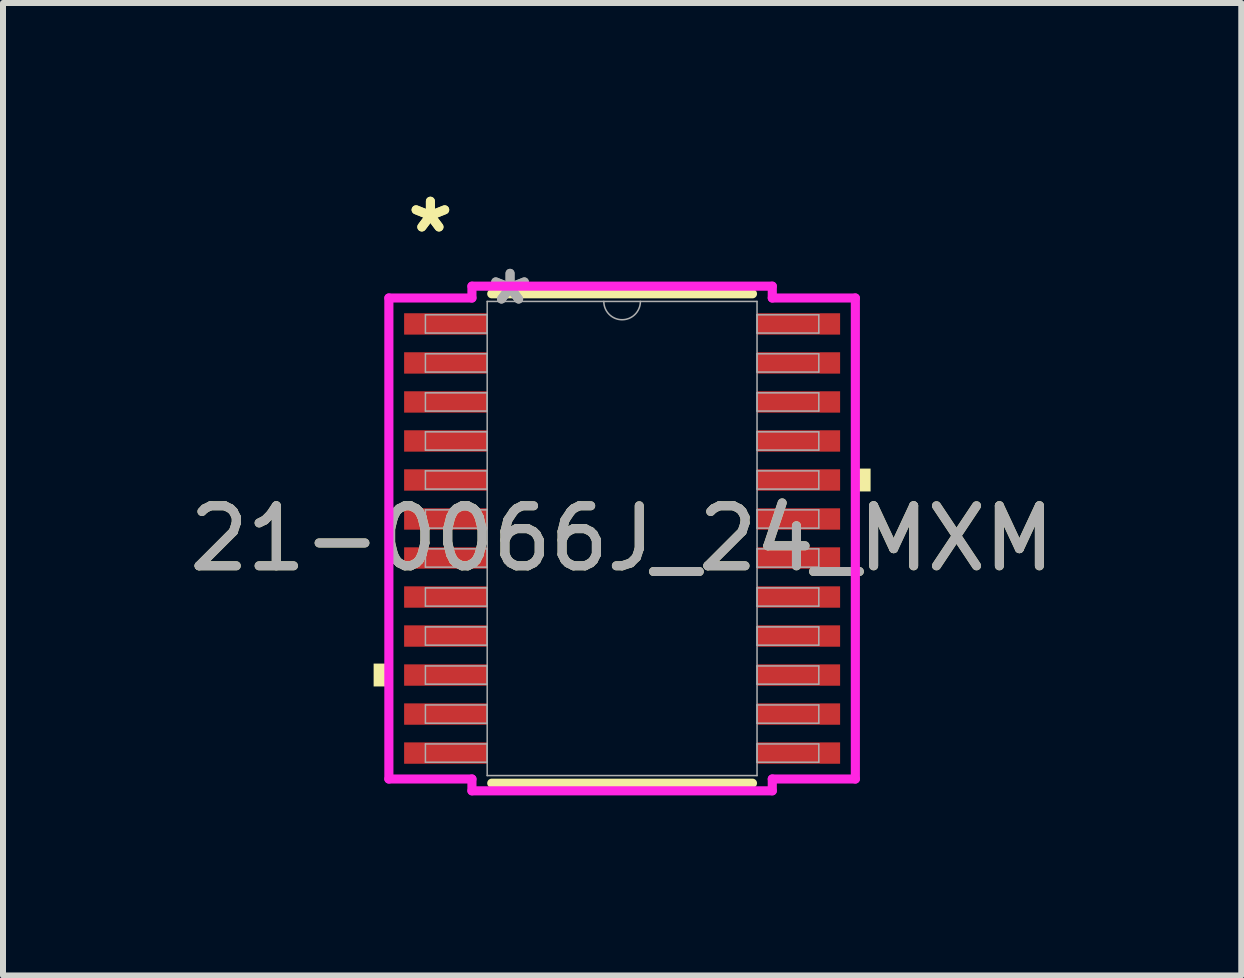
<source format=kicad_pcb>
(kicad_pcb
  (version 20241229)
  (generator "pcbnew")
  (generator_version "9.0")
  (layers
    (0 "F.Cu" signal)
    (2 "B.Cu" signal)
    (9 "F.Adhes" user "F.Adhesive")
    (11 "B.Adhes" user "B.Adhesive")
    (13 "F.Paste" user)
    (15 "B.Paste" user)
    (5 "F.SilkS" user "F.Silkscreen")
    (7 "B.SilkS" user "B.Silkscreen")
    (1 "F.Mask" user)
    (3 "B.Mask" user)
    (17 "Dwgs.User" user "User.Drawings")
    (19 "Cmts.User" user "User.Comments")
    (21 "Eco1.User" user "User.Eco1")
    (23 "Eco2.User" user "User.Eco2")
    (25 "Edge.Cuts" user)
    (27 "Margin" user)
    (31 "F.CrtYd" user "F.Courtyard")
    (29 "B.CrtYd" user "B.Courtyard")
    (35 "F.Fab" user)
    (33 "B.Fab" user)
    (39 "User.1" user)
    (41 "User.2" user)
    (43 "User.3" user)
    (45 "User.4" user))
  (footprint "21-0066J_24_MXM"
    (layer "F.Cu")
    (at 7.315 5.922)
    (property "Reference" "21-0066J_24_MXM" (at 0 0 0) (unlocked yes) (layer "F.SilkS") (effects (font (size 1 1) (thickness 0.15))))
    (attr smd)
    (fp_line (start -2.172 4.077) (end 2.172 4.077) (stroke (width 0.152) (type solid)) (layer "F.SilkS"))
    (fp_line (start 2.172 -4.077) (end -2.172 -4.077) (stroke (width 0.152) (type solid)) (layer "F.SilkS"))
    (fp_poly (pts (xy -4.14 2.084) (xy -4.14 2.465) (xy -3.886 2.465) (xy -3.886 2.084)) (stroke (width 0) (type solid)) (fill yes) (layer "F.SilkS"))
    (fp_poly (pts (xy 4.14 -1.165) (xy 4.14 -0.784) (xy 3.886 -0.784) (xy 3.886 -1.165)) (stroke (width 0) (type solid)) (fill yes) (layer "F.SilkS"))
    (fp_line (start -3.886 -4.007) (end -2.502 -4.007) (stroke (width 0.152) (type solid)) (layer "F.CrtYd"))
    (fp_line (start -3.886 4.007) (end -3.886 -4.007) (stroke (width 0.152) (type solid)) (layer "F.CrtYd"))
    (fp_line (start -3.886 4.007) (end -2.502 4.007) (stroke (width 0.152) (type solid)) (layer "F.CrtYd"))
    (fp_line (start -2.502 -4.204) (end 2.502 -4.204) (stroke (width 0.152) (type solid)) (layer "F.CrtYd"))
    (fp_line (start -2.502 -4.007) (end -2.502 -4.204) (stroke (width 0.152) (type solid)) (layer "F.CrtYd"))
    (fp_line (start -2.502 4.204) (end -2.502 4.007) (stroke (width 0.152) (type solid)) (layer "F.CrtYd"))
    (fp_line (start 2.502 -4.204) (end 2.502 -4.007) (stroke (width 0.152) (type solid)) (layer "F.CrtYd"))
    (fp_line (start 2.502 4.007) (end 2.502 4.204) (stroke (width 0.152) (type solid)) (layer "F.CrtYd"))
    (fp_line (start 2.502 4.204) (end -2.502 4.204) (stroke (width 0.152) (type solid)) (layer "F.CrtYd"))
    (fp_line (start 3.886 -4.007) (end 2.502 -4.007) (stroke (width 0.152) (type solid)) (layer "F.CrtYd"))
    (fp_line (start 3.886 -4.007) (end 3.886 4.007) (stroke (width 0.152) (type solid)) (layer "F.CrtYd"))
    (fp_line (start 3.886 4.007) (end 2.502 4.007) (stroke (width 0.152) (type solid)) (layer "F.CrtYd"))
    (fp_line (start -3.277 -3.727) (end -3.277 -3.423) (stroke (width 0.025) (type solid)) (layer "F.Fab"))
    (fp_line (start -3.277 -3.423) (end -2.248 -3.423) (stroke (width 0.025) (type solid)) (layer "F.Fab"))
    (fp_line (start -3.277 -3.077) (end -3.277 -2.773) (stroke (width 0.025) (type solid)) (layer "F.Fab"))
    (fp_line (start -3.277 -2.773) (end -2.248 -2.773) (stroke (width 0.025) (type solid)) (layer "F.Fab"))
    (fp_line (start -3.277 -2.427) (end -3.277 -2.123) (stroke (width 0.025) (type solid)) (layer "F.Fab"))
    (fp_line (start -3.277 -2.123) (end -2.248 -2.123) (stroke (width 0.025) (type solid)) (layer "F.Fab"))
    (fp_line (start -3.277 -1.777) (end -3.277 -1.473) (stroke (width 0.025) (type solid)) (layer "F.Fab"))
    (fp_line (start -3.277 -1.473) (end -2.248 -1.473) (stroke (width 0.025) (type solid)) (layer "F.Fab"))
    (fp_line (start -3.277 -1.127) (end -3.277 -0.823) (stroke (width 0.025) (type solid)) (layer "F.Fab"))
    (fp_line (start -3.277 -0.823) (end -2.248 -0.823) (stroke (width 0.025) (type solid)) (layer "F.Fab"))
    (fp_line (start -3.277 -0.477) (end -3.277 -0.173) (stroke (width 0.025) (type solid)) (layer "F.Fab"))
    (fp_line (start -3.277 -0.173) (end -2.248 -0.173) (stroke (width 0.025) (type solid)) (layer "F.Fab"))
    (fp_line (start -3.277 0.173) (end -3.277 0.477) (stroke (width 0.025) (type solid)) (layer "F.Fab"))
    (fp_line (start -3.277 0.477) (end -2.248 0.477) (stroke (width 0.025) (type solid)) (layer "F.Fab"))
    (fp_line (start -3.277 0.823) (end -3.277 1.127) (stroke (width 0.025) (type solid)) (layer "F.Fab"))
    (fp_line (start -3.277 1.127) (end -2.248 1.127) (stroke (width 0.025) (type solid)) (layer "F.Fab"))
    (fp_line (start -3.277 1.473) (end -3.277 1.777) (stroke (width 0.025) (type solid)) (layer "F.Fab"))
    (fp_line (start -3.277 1.777) (end -2.248 1.777) (stroke (width 0.025) (type solid)) (layer "F.Fab"))
    (fp_line (start -3.277 2.123) (end -3.277 2.427) (stroke (width 0.025) (type solid)) (layer "F.Fab"))
    (fp_line (start -3.277 2.427) (end -2.248 2.427) (stroke (width 0.025) (type solid)) (layer "F.Fab"))
    (fp_line (start -3.277 2.773) (end -3.277 3.077) (stroke (width 0.025) (type solid)) (layer "F.Fab"))
    (fp_line (start -3.277 3.077) (end -2.248 3.077) (stroke (width 0.025) (type solid)) (layer "F.Fab"))
    (fp_line (start -3.277 3.423) (end -3.277 3.727) (stroke (width 0.025) (type solid)) (layer "F.Fab"))
    (fp_line (start -3.277 3.727) (end -2.248 3.727) (stroke (width 0.025) (type solid)) (layer "F.Fab"))
    (fp_line (start -2.248 -3.95) (end -2.248 3.95) (stroke (width 0.025) (type solid)) (layer "F.Fab"))
    (fp_line (start -2.248 -3.727) (end -3.277 -3.727) (stroke (width 0.025) (type solid)) (layer "F.Fab"))
    (fp_line (start -2.248 -3.423) (end -2.248 -3.727) (stroke (width 0.025) (type solid)) (layer "F.Fab"))
    (fp_line (start -2.248 -3.077) (end -3.277 -3.077) (stroke (width 0.025) (type solid)) (layer "F.Fab"))
    (fp_line (start -2.248 -2.773) (end -2.248 -3.077) (stroke (width 0.025) (type solid)) (layer "F.Fab"))
    (fp_line (start -2.248 -2.427) (end -3.277 -2.427) (stroke (width 0.025) (type solid)) (layer "F.Fab"))
    (fp_line (start -2.248 -2.123) (end -2.248 -2.427) (stroke (width 0.025) (type solid)) (layer "F.Fab"))
    (fp_line (start -2.248 -1.777) (end -3.277 -1.777) (stroke (width 0.025) (type solid)) (layer "F.Fab"))
    (fp_line (start -2.248 -1.473) (end -2.248 -1.777) (stroke (width 0.025) (type solid)) (layer "F.Fab"))
    (fp_line (start -2.248 -1.127) (end -3.277 -1.127) (stroke (width 0.025) (type solid)) (layer "F.Fab"))
    (fp_line (start -2.248 -0.823) (end -2.248 -1.127) (stroke (width 0.025) (type solid)) (layer "F.Fab"))
    (fp_line (start -2.248 -0.477) (end -3.277 -0.477) (stroke (width 0.025) (type solid)) (layer "F.Fab"))
    (fp_line (start -2.248 -0.173) (end -2.248 -0.477) (stroke (width 0.025) (type solid)) (layer "F.Fab"))
    (fp_line (start -2.248 0.173) (end -3.277 0.173) (stroke (width 0.025) (type solid)) (layer "F.Fab"))
    (fp_line (start -2.248 0.477) (end -2.248 0.173) (stroke (width 0.025) (type solid)) (layer "F.Fab"))
    (fp_line (start -2.248 0.823) (end -3.277 0.823) (stroke (width 0.025) (type solid)) (layer "F.Fab"))
    (fp_line (start -2.248 1.127) (end -2.248 0.823) (stroke (width 0.025) (type solid)) (layer "F.Fab"))
    (fp_line (start -2.248 1.473) (end -3.277 1.473) (stroke (width 0.025) (type solid)) (layer "F.Fab"))
    (fp_line (start -2.248 1.777) (end -2.248 1.473) (stroke (width 0.025) (type solid)) (layer "F.Fab"))
    (fp_line (start -2.248 2.123) (end -3.277 2.123) (stroke (width 0.025) (type solid)) (layer "F.Fab"))
    (fp_line (start -2.248 2.427) (end -2.248 2.123) (stroke (width 0.025) (type solid)) (layer "F.Fab"))
    (fp_line (start -2.248 2.773) (end -3.277 2.773) (stroke (width 0.025) (type solid)) (layer "F.Fab"))
    (fp_line (start -2.248 3.077) (end -2.248 2.773) (stroke (width 0.025) (type solid)) (layer "F.Fab"))
    (fp_line (start -2.248 3.423) (end -3.277 3.423) (stroke (width 0.025) (type solid)) (layer "F.Fab"))
    (fp_line (start -2.248 3.727) (end -2.248 3.423) (stroke (width 0.025) (type solid)) (layer "F.Fab"))
    (fp_line (start -2.248 3.95) (end 2.248 3.95) (stroke (width 0.025) (type solid)) (layer "F.Fab"))
    (fp_line (start 2.248 -3.95) (end -2.248 -3.95) (stroke (width 0.025) (type solid)) (layer "F.Fab"))
    (fp_line (start 2.248 -3.727) (end 2.248 -3.423) (stroke (width 0.025) (type solid)) (layer "F.Fab"))
    (fp_line (start 2.248 -3.423) (end 3.277 -3.423) (stroke (width 0.025) (type solid)) (layer "F.Fab"))
    (fp_line (start 2.248 -3.077) (end 2.248 -2.773) (stroke (width 0.025) (type solid)) (layer "F.Fab"))
    (fp_line (start 2.248 -2.773) (end 3.277 -2.773) (stroke (width 0.025) (type solid)) (layer "F.Fab"))
    (fp_line (start 2.248 -2.427) (end 2.248 -2.123) (stroke (width 0.025) (type solid)) (layer "F.Fab"))
    (fp_line (start 2.248 -2.123) (end 3.277 -2.123) (stroke (width 0.025) (type solid)) (layer "F.Fab"))
    (fp_line (start 2.248 -1.777) (end 2.248 -1.473) (stroke (width 0.025) (type solid)) (layer "F.Fab"))
    (fp_line (start 2.248 -1.473) (end 3.277 -1.473) (stroke (width 0.025) (type solid)) (layer "F.Fab"))
    (fp_line (start 2.248 -1.127) (end 2.248 -0.823) (stroke (width 0.025) (type solid)) (layer "F.Fab"))
    (fp_line (start 2.248 -0.823) (end 3.277 -0.823) (stroke (width 0.025) (type solid)) (layer "F.Fab"))
    (fp_line (start 2.248 -0.477) (end 2.248 -0.173) (stroke (width 0.025) (type solid)) (layer "F.Fab"))
    (fp_line (start 2.248 -0.173) (end 3.277 -0.173) (stroke (width 0.025) (type solid)) (layer "F.Fab"))
    (fp_line (start 2.248 0.173) (end 2.248 0.477) (stroke (width 0.025) (type solid)) (layer "F.Fab"))
    (fp_line (start 2.248 0.477) (end 3.277 0.477) (stroke (width 0.025) (type solid)) (layer "F.Fab"))
    (fp_line (start 2.248 0.823) (end 2.248 1.127) (stroke (width 0.025) (type solid)) (layer "F.Fab"))
    (fp_line (start 2.248 1.127) (end 3.277 1.127) (stroke (width 0.025) (type solid)) (layer "F.Fab"))
    (fp_line (start 2.248 1.473) (end 2.248 1.777) (stroke (width 0.025) (type solid)) (layer "F.Fab"))
    (fp_line (start 2.248 1.777) (end 3.277 1.777) (stroke (width 0.025) (type solid)) (layer "F.Fab"))
    (fp_line (start 2.248 2.123) (end 2.248 2.427) (stroke (width 0.025) (type solid)) (layer "F.Fab"))
    (fp_line (start 2.248 2.427) (end 3.277 2.427) (stroke (width 0.025) (type solid)) (layer "F.Fab"))
    (fp_line (start 2.248 2.773) (end 2.248 3.077) (stroke (width 0.025) (type solid)) (layer "F.Fab"))
    (fp_line (start 2.248 3.077) (end 3.277 3.077) (stroke (width 0.025) (type solid)) (layer "F.Fab"))
    (fp_line (start 2.248 3.423) (end 2.248 3.727) (stroke (width 0.025) (type solid)) (layer "F.Fab"))
    (fp_line (start 2.248 3.727) (end 3.277 3.727) (stroke (width 0.025) (type solid)) (layer "F.Fab"))
    (fp_line (start 2.248 3.95) (end 2.248 -3.95) (stroke (width 0.025) (type solid)) (layer "F.Fab"))
    (fp_line (start 3.277 -3.727) (end 2.248 -3.727) (stroke (width 0.025) (type solid)) (layer "F.Fab"))
    (fp_line (start 3.277 -3.423) (end 3.277 -3.727) (stroke (width 0.025) (type solid)) (layer "F.Fab"))
    (fp_line (start 3.277 -3.077) (end 2.248 -3.077) (stroke (width 0.025) (type solid)) (layer "F.Fab"))
    (fp_line (start 3.277 -2.773) (end 3.277 -3.077) (stroke (width 0.025) (type solid)) (layer "F.Fab"))
    (fp_line (start 3.277 -2.427) (end 2.248 -2.427) (stroke (width 0.025) (type solid)) (layer "F.Fab"))
    (fp_line (start 3.277 -2.123) (end 3.277 -2.427) (stroke (width 0.025) (type solid)) (layer "F.Fab"))
    (fp_line (start 3.277 -1.777) (end 2.248 -1.777) (stroke (width 0.025) (type solid)) (layer "F.Fab"))
    (fp_line (start 3.277 -1.473) (end 3.277 -1.777) (stroke (width 0.025) (type solid)) (layer "F.Fab"))
    (fp_line (start 3.277 -1.127) (end 2.248 -1.127) (stroke (width 0.025) (type solid)) (layer "F.Fab"))
    (fp_line (start 3.277 -0.823) (end 3.277 -1.127) (stroke (width 0.025) (type solid)) (layer "F.Fab"))
    (fp_line (start 3.277 -0.477) (end 2.248 -0.477) (stroke (width 0.025) (type solid)) (layer "F.Fab"))
    (fp_line (start 3.277 -0.173) (end 3.277 -0.477) (stroke (width 0.025) (type solid)) (layer "F.Fab"))
    (fp_line (start 3.277 0.173) (end 2.248 0.173) (stroke (width 0.025) (type solid)) (layer "F.Fab"))
    (fp_line (start 3.277 0.477) (end 3.277 0.173) (stroke (width 0.025) (type solid)) (layer "F.Fab"))
    (fp_line (start 3.277 0.823) (end 2.248 0.823) (stroke (width 0.025) (type solid)) (layer "F.Fab"))
    (fp_line (start 3.277 1.127) (end 3.277 0.823) (stroke (width 0.025) (type solid)) (layer "F.Fab"))
    (fp_line (start 3.277 1.473) (end 2.248 1.473) (stroke (width 0.025) (type solid)) (layer "F.Fab"))
    (fp_line (start 3.277 1.777) (end 3.277 1.473) (stroke (width 0.025) (type solid)) (layer "F.Fab"))
    (fp_line (start 3.277 2.123) (end 2.248 2.123) (stroke (width 0.025) (type solid)) (layer "F.Fab"))
    (fp_line (start 3.277 2.427) (end 3.277 2.123) (stroke (width 0.025) (type solid)) (layer "F.Fab"))
    (fp_line (start 3.277 2.773) (end 2.248 2.773) (stroke (width 0.025) (type solid)) (layer "F.Fab"))
    (fp_line (start 3.277 3.077) (end 3.277 2.773) (stroke (width 0.025) (type solid)) (layer "F.Fab"))
    (fp_line (start 3.277 3.423) (end 2.248 3.423) (stroke (width 0.025) (type solid)) (layer "F.Fab"))
    (fp_line (start 3.277 3.727) (end 3.277 3.423) (stroke (width 0.025) (type solid)) (layer "F.Fab"))
    (fp_arc (start 0.3048 -3.9497) (mid 0 -3.6449) (end -0.3048 -3.9497) (stroke (width 0.0254) (type solid)) (layer "F.Fab"))
    (fp_text user "*" (at -3.194 -5.074 0) (unlocked yes) (layer "F.SilkS") (effects (font (size 1 1) (thickness 0.15))))
    (fp_text user "*" (at -3.194 -5.074 0) (layer "F.SilkS") (effects (font (size 1 1) (thickness 0.15))))
    (fp_text user "*" (at -1.867 -3.873 0) (unlocked yes) (layer "F.Fab") (effects (font (size 1 1) (thickness 0.15))))
    (fp_text user "*" (at -1.867 -3.873 0) (layer "F.Fab") (effects (font (size 1 1) (thickness 0.15))))
    (fp_text user "${REFERENCE}" (at 0 0 0) (unlocked yes) (layer "F.Fab") (effects (font (size 1 1) (thickness 0.15))))
    (pad "1" smd rect (at -2.94 -3.575) (size 1.384 0.356) (layers "F.Cu" "F.Mask" "F.Paste"))
    (pad "2" smd rect (at -2.94 -2.925) (size 1.384 0.356) (layers "F.Cu" "F.Mask" "F.Paste"))
    (pad "3" smd rect (at -2.94 -2.275) (size 1.384 0.356) (layers "F.Cu" "F.Mask" "F.Paste"))
    (pad "4" smd rect (at -2.94 -1.625) (size 1.384 0.356) (layers "F.Cu" "F.Mask" "F.Paste"))
    (pad "5" smd rect (at -2.94 -0.975) (size 1.384 0.356) (layers "F.Cu" "F.Mask" "F.Paste"))
    (pad "6" smd rect (at -2.94 -0.325) (size 1.384 0.356) (layers "F.Cu" "F.Mask" "F.Paste"))
    (pad "7" smd rect (at -2.94 0.325) (size 1.384 0.356) (layers "F.Cu" "F.Mask" "F.Paste"))
    (pad "8" smd rect (at -2.94 0.975) (size 1.384 0.356) (layers "F.Cu" "F.Mask" "F.Paste"))
    (pad "9" smd rect (at -2.94 1.625) (size 1.384 0.356) (layers "F.Cu" "F.Mask" "F.Paste"))
    (pad "10" smd rect (at -2.94 2.275) (size 1.384 0.356) (layers "F.Cu" "F.Mask" "F.Paste"))
    (pad "11" smd rect (at -2.94 2.925) (size 1.384 0.356) (layers "F.Cu" "F.Mask" "F.Paste"))
    (pad "12" smd rect (at -2.94 3.575) (size 1.384 0.356) (layers "F.Cu" "F.Mask" "F.Paste"))
    (pad "13" smd rect (at 2.94 3.575) (size 1.384 0.356) (layers "F.Cu" "F.Mask" "F.Paste"))
    (pad "14" smd rect (at 2.94 2.925) (size 1.384 0.356) (layers "F.Cu" "F.Mask" "F.Paste"))
    (pad "15" smd rect (at 2.94 2.275) (size 1.384 0.356) (layers "F.Cu" "F.Mask" "F.Paste"))
    (pad "16" smd rect (at 2.94 1.625) (size 1.384 0.356) (layers "F.Cu" "F.Mask" "F.Paste"))
    (pad "17" smd rect (at 2.94 0.975) (size 1.384 0.356) (layers "F.Cu" "F.Mask" "F.Paste"))
    (pad "18" smd rect (at 2.94 0.325) (size 1.384 0.356) (layers "F.Cu" "F.Mask" "F.Paste"))
    (pad "19" smd rect (at 2.94 -0.325) (size 1.384 0.356) (layers "F.Cu" "F.Mask" "F.Paste"))
    (pad "20" smd rect (at 2.94 -0.975) (size 1.384 0.356) (layers "F.Cu" "F.Mask" "F.Paste"))
    (pad "21" smd rect (at 2.94 -1.625) (size 1.384 0.356) (layers "F.Cu" "F.Mask" "F.Paste"))
    (pad "22" smd rect (at 2.94 -2.275) (size 1.384 0.356) (layers "F.Cu" "F.Mask" "F.Paste"))
    (pad "23" smd rect (at 2.94 -2.925) (size 1.384 0.356) (layers "F.Cu" "F.Mask" "F.Paste"))
    (pad "24" smd rect (at 2.94 -3.575) (size 1.384 0.356) (layers "F.Cu" "F.Mask" "F.Paste")))
  (gr_rect
    (start -3 -3)
    (end 17.631 13.202)
    (stroke (width 0.1) (type default))
    (fill no)
    (layer "Edge.Cuts")))
</source>
